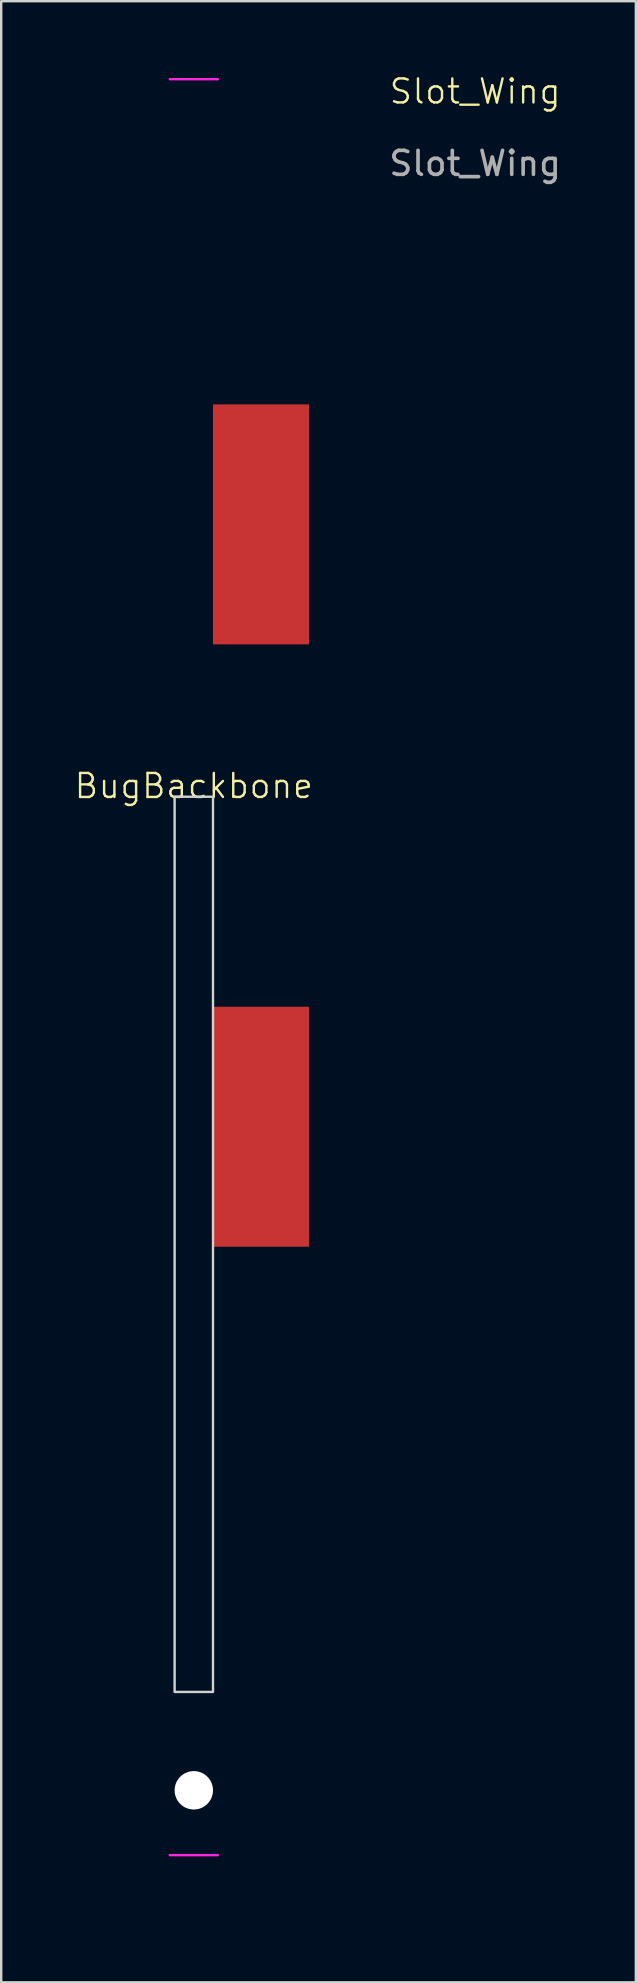
<source format=kicad_pcb>
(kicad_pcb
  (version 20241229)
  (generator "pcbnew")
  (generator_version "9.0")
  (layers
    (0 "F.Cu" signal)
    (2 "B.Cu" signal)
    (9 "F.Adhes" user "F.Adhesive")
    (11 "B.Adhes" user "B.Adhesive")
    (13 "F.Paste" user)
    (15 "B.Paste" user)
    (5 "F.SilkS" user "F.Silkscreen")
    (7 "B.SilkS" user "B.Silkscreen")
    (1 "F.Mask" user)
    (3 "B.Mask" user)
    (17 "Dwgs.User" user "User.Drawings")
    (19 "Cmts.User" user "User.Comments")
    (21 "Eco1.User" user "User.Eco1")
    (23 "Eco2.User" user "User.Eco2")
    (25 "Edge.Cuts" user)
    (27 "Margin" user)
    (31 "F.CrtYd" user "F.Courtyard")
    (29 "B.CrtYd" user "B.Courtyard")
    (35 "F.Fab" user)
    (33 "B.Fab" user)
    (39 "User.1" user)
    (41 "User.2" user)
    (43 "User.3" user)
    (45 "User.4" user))
  (footprint "BugBackbone"
    (layer "F.Cu")
    (at 5.026 0.25)
    (property "Reference" "BugBackbone" (at 0 29.45 0) (unlocked yes) (layer "F.SilkS") (effects (font (size 1 1) (thickness 0.1))))
    (fp_rect (start -0.8 29.9) (end 0.8 67.2) (stroke (width 0.1) (type default)) (fill no) (layer "Edge.Cuts"))
    (fp_line (start -1 0) (end 1 0) (stroke (width 0.1) (type default)) (layer "F.CrtYd"))
    (fp_line (start -1 74) (end 1 74) (stroke (width 0.1) (type default)) (layer "F.CrtYd"))
    (pad "" np_thru_hole circle (at 0 71.3) (size 1.6 1.6) (drill oval 1.6 10) (layers "*.Cu" "*.Mask"))
    (pad "" smd rect (at 2.8 18.55) (size 4 10) (layers "F.Cu" "F.Mask" "F.Paste"))
    (pad "" smd rect (at 2.8 43.65) (size 4 10) (layers "F.Cu" "F.Mask" "F.Paste")))
  (footprint "Slot_Wing"
    (layer "F.Cu")
    (at 16.749 1.26)
    (property "Reference" "Slot_Wing" (at 0 -0.5 0) (unlocked yes) (layer "F.SilkS") (effects (font (size 1 1) (thickness 0.1))))
    (fp_text user "${REFERENCE}" (at 0 2.5 0) (unlocked yes) (layer "F.Fab") (effects (font (size 1 1) (thickness 0.15)))))
  (gr_rect
    (start -3 -3)
    (end 23.445 79.55)
    (stroke (width 0.1) (type default))
    (fill no)
    (layer "Edge.Cuts")))
</source>
